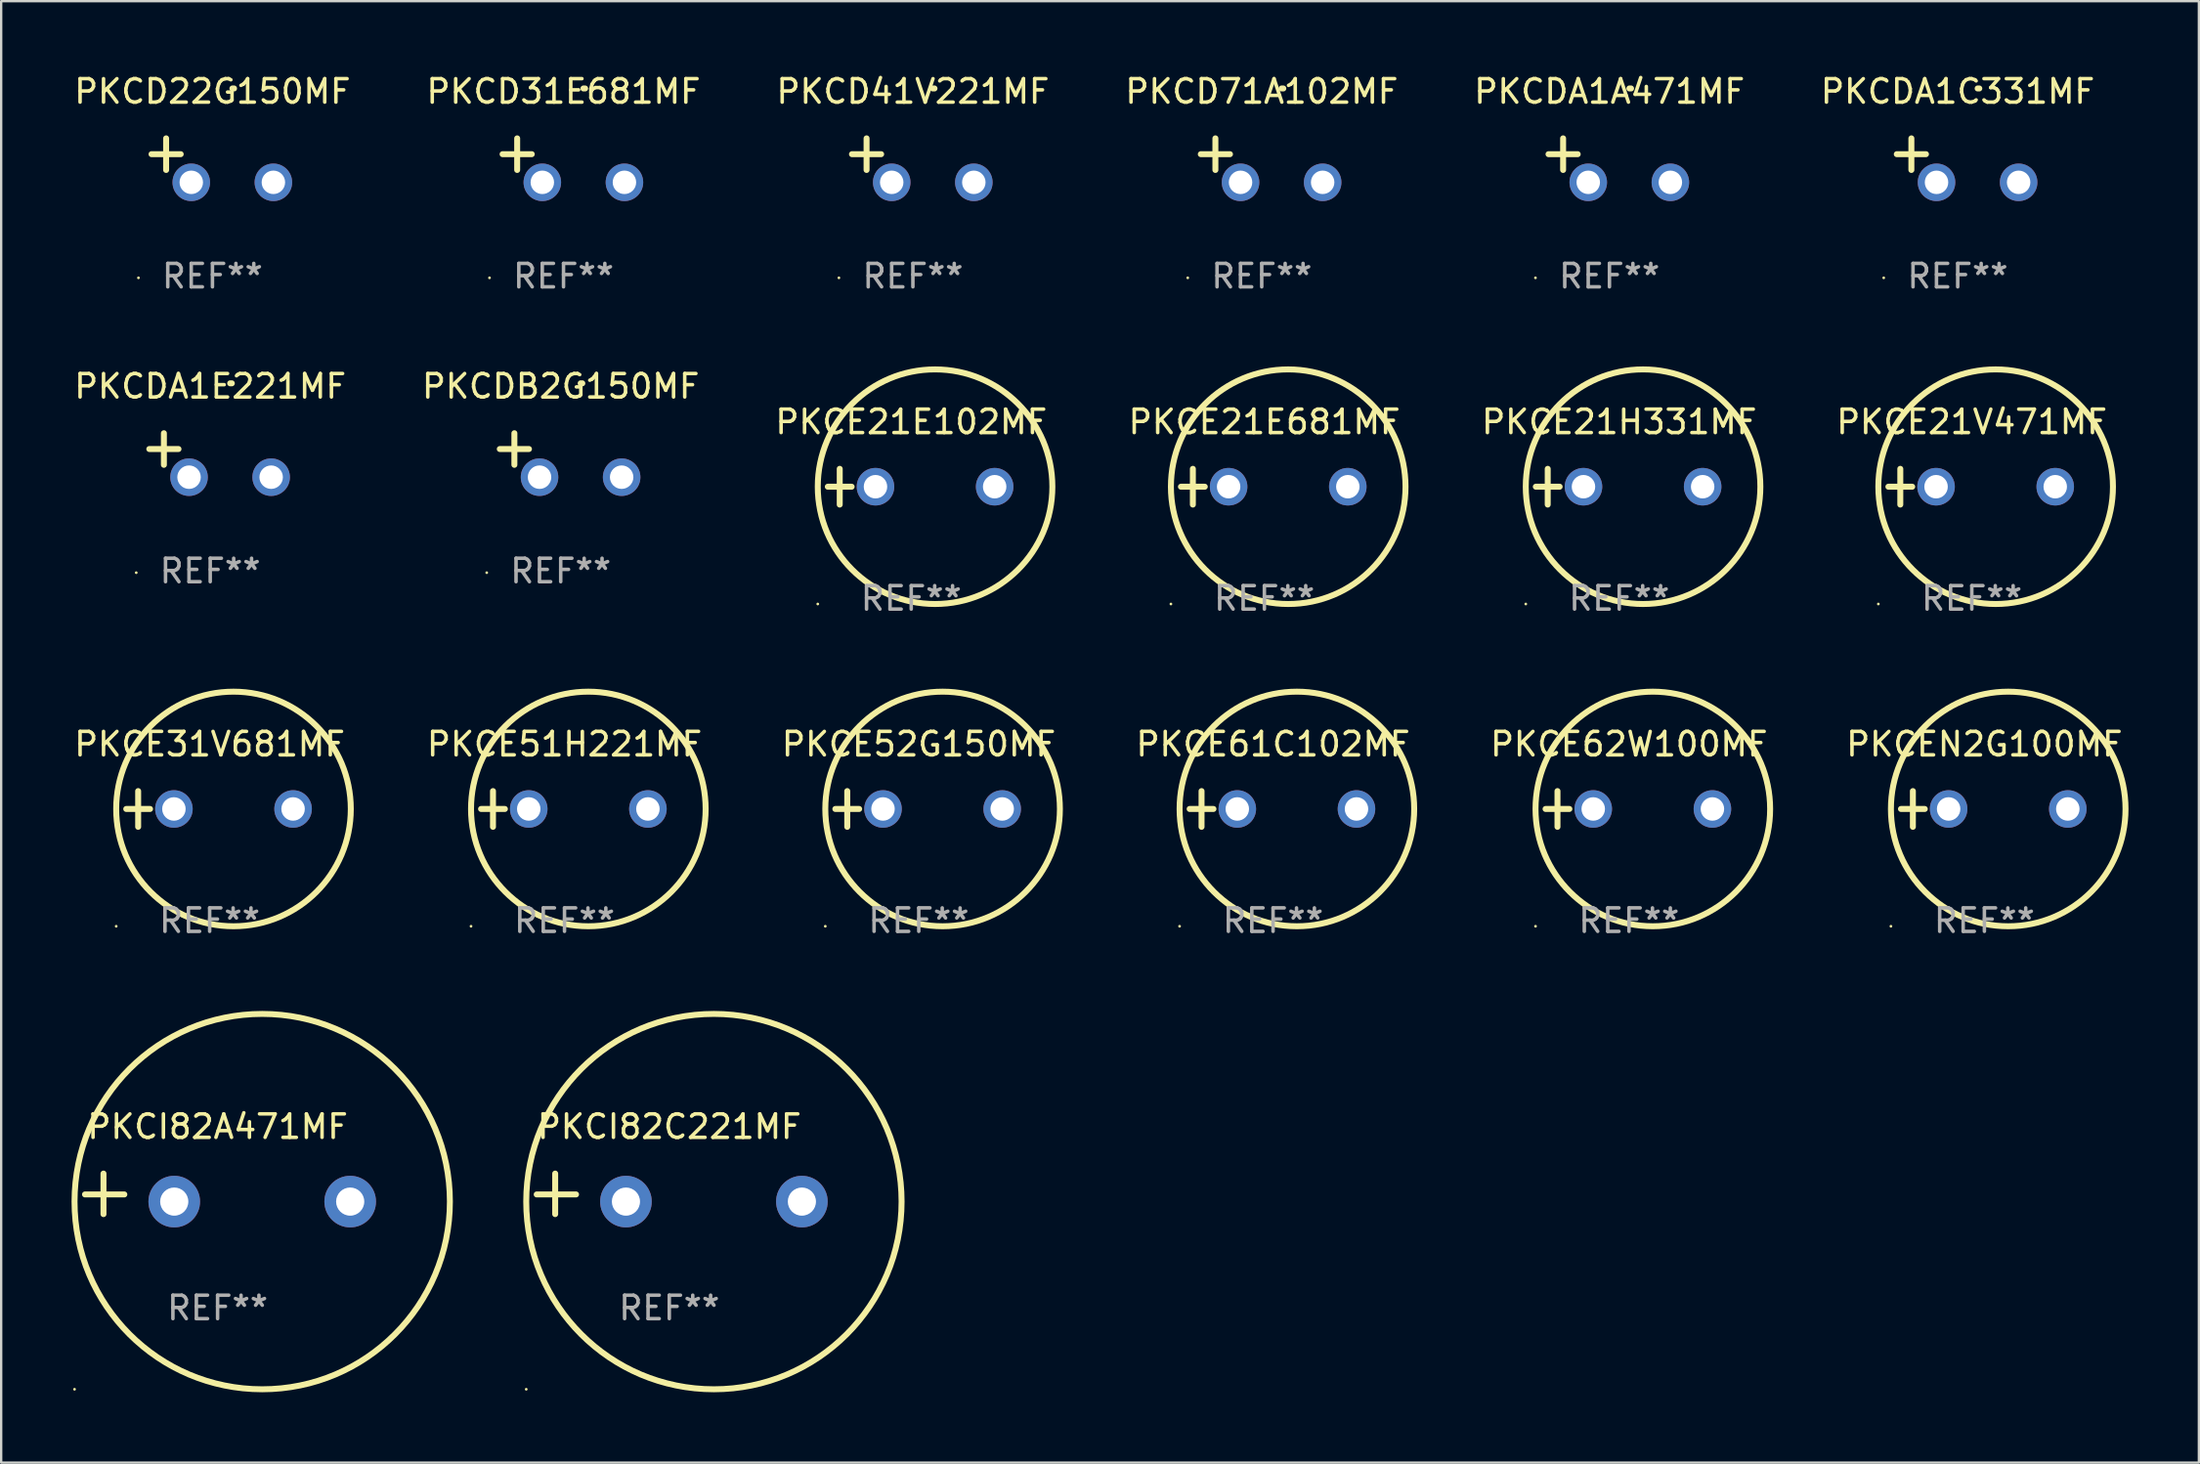
<source format=kicad_pcb>
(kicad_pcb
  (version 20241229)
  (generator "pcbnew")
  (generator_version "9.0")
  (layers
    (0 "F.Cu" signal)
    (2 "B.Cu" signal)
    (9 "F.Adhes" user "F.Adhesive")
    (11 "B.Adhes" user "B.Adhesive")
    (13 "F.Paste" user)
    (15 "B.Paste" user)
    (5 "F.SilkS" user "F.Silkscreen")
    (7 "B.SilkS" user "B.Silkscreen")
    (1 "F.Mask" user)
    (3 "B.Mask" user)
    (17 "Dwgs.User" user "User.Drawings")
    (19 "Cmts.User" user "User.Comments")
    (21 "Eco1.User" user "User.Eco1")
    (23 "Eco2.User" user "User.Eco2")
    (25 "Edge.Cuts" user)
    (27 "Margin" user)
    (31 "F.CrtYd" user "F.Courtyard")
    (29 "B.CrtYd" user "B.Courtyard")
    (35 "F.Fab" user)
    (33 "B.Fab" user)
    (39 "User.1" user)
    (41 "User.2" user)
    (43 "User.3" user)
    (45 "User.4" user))
  (footprint "PKCE21E681MF"
    (layer "F.Cu")
    (at 50.845 17.697)
    (property "Reference" "PKCE21E681MF" (at 0 -2.762 0) (layer "F.SilkS") (effects (font (size 1 1) (thickness 0.15))))
    (attr through_hole)
    (fp_line (start -3.556 0) (end -2.54 0) (stroke (width 0.254) (type solid)) (layer "F.SilkS"))
    (fp_line (start -3.048 -0.762) (end -3.048 0.762) (stroke (width 0.254) (type solid)) (layer "F.SilkS"))
    (fp_circle (center -3.984 5) (end -3.954 5) (stroke (width 0.06) (type solid)) (fill no) (layer "F.SilkS"))
    (fp_circle (center 1.016 0) (end 6.016 0) (stroke (width 0.254) (type solid)) (fill no) (layer "F.SilkS"))
    (fp_text user "REF**" (at 0 4.762 0) (layer "F.Fab") (effects (font (size 1 1) (thickness 0.15))))
    (pad "1" thru_hole circle (at -1.524 0) (size 1.6 1.6) (drill 1) (layers "*.Cu" "*.Mask"))
    (pad "2" thru_hole circle (at 3.556 0) (size 1.6 1.6) (drill 1) (layers "*.Cu" "*.Mask")))
  (footprint "PKCE21V471MF"
    (layer "F.Cu")
    (at 81 17.697)
    (property "Reference" "PKCE21V471MF" (at 0 -2.762 0) (layer "F.SilkS") (effects (font (size 1 1) (thickness 0.15))))
    (attr through_hole)
    (fp_line (start -3.556 0) (end -2.54 0) (stroke (width 0.254) (type solid)) (layer "F.SilkS"))
    (fp_line (start -3.048 -0.762) (end -3.048 0.762) (stroke (width 0.254) (type solid)) (layer "F.SilkS"))
    (fp_circle (center -3.984 5) (end -3.954 5) (stroke (width 0.06) (type solid)) (fill no) (layer "F.SilkS"))
    (fp_circle (center 1.016 0) (end 6.016 0) (stroke (width 0.254) (type solid)) (fill no) (layer "F.SilkS"))
    (fp_text user "REF**" (at 0 4.762 0) (layer "F.Fab") (effects (font (size 1 1) (thickness 0.15))))
    (pad "1" thru_hole circle (at -1.524 0) (size 1.6 1.6) (drill 1) (layers "*.Cu" "*.Mask"))
    (pad "2" thru_hole circle (at 3.556 0) (size 1.6 1.6) (drill 1) (layers "*.Cu" "*.Mask")))
  (footprint "PKCE51H221MF"
    (layer "F.Cu")
    (at 21.012 31.434)
    (property "Reference" "PKCE51H221MF" (at 0 -2.762 0) (layer "F.SilkS") (effects (font (size 1 1) (thickness 0.15))))
    (attr through_hole)
    (fp_line (start -3.556 0) (end -2.54 0) (stroke (width 0.254) (type solid)) (layer "F.SilkS"))
    (fp_line (start -3.048 -0.762) (end -3.048 0.762) (stroke (width 0.254) (type solid)) (layer "F.SilkS"))
    (fp_circle (center -3.984 5) (end -3.954 5) (stroke (width 0.06) (type solid)) (fill no) (layer "F.SilkS"))
    (fp_circle (center 1.016 0) (end 6.016 0) (stroke (width 0.254) (type solid)) (fill no) (layer "F.SilkS"))
    (fp_text user "REF**" (at 0 4.762 0) (layer "F.Fab") (effects (font (size 1 1) (thickness 0.15))))
    (pad "1" thru_hole circle (at -1.524 0) (size 1.6 1.6) (drill 1) (layers "*.Cu" "*.Mask"))
    (pad "2" thru_hole circle (at 3.556 0) (size 1.6 1.6) (drill 1) (layers "*.Cu" "*.Mask")))
  (footprint "PKCE62W100MF"
    (layer "F.Cu")
    (at 66.387 31.434)
    (property "Reference" "PKCE62W100MF" (at 0 -2.762 0) (layer "F.SilkS") (effects (font (size 1 1) (thickness 0.15))))
    (attr through_hole)
    (fp_line (start -3.556 0) (end -2.54 0) (stroke (width 0.254) (type solid)) (layer "F.SilkS"))
    (fp_line (start -3.048 -0.762) (end -3.048 0.762) (stroke (width 0.254) (type solid)) (layer "F.SilkS"))
    (fp_circle (center -3.984 5) (end -3.954 5) (stroke (width 0.06) (type solid)) (fill no) (layer "F.SilkS"))
    (fp_circle (center 1.016 0) (end 6.016 0) (stroke (width 0.254) (type solid)) (fill no) (layer "F.SilkS"))
    (fp_text user "REF**" (at 0 4.762 0) (layer "F.Fab") (effects (font (size 1 1) (thickness 0.15))))
    (pad "1" thru_hole circle (at -1.524 0) (size 1.6 1.6) (drill 1) (layers "*.Cu" "*.Mask"))
    (pad "2" thru_hole circle (at 3.556 0) (size 1.6 1.6) (drill 1) (layers "*.Cu" "*.Mask")))
  (footprint "PKCI82C221MF"
    (layer "F.Cu")
    (at 25.479 47.841)
    (property "Reference" "PKCI82C221MF" (at 0 -2.864 0) (layer "F.SilkS") (effects (font (size 1 1) (thickness 0.15))))
    (attr through_hole)
    (fp_line (start -4.864 0.864) (end -4.864 -0.864) (stroke (width 0.254) (type solid)) (layer "F.SilkS"))
    (fp_line (start -3.975 0.025) (end -5.652 0.025) (stroke (width 0.254) (type solid)) (layer "F.SilkS"))
    (fp_circle (center -6.098 8.33) (end -6.068 8.33) (stroke (width 0.06) (type solid)) (fill no) (layer "F.SilkS"))
    (fp_circle (center 1.902 0.33) (end 9.902 0.33) (stroke (width 0.254) (type solid)) (fill no) (layer "F.SilkS"))
    (fp_text user "REF**" (at 0 4.864 0) (layer "F.Fab") (effects (font (size 1 1) (thickness 0.15))))
    (pad "1" thru_hole circle (at -1.848 0.33) (size 2.2 2.2) (drill 1.2) (layers "*.Cu" "*.Mask"))
    (pad "2" thru_hole circle (at 5.652 0.33) (size 2.2 2.2) (drill 1.2) (layers "*.Cu" "*.Mask")))
  (footprint "PKCE31V681MF"
    (layer "F.Cu")
    (at 5.887 31.434)
    (property "Reference" "PKCE31V681MF" (at 0 -2.762 0) (layer "F.SilkS") (effects (font (size 1 1) (thickness 0.15))))
    (attr through_hole)
    (fp_line (start -3.556 0) (end -2.54 0) (stroke (width 0.254) (type solid)) (layer "F.SilkS"))
    (fp_line (start -3.048 -0.762) (end -3.048 0.762) (stroke (width 0.254) (type solid)) (layer "F.SilkS"))
    (fp_circle (center -3.984 5) (end -3.954 5) (stroke (width 0.06) (type solid)) (fill no) (layer "F.SilkS"))
    (fp_circle (center 1.016 0) (end 6.016 0) (stroke (width 0.254) (type solid)) (fill no) (layer "F.SilkS"))
    (fp_text user "REF**" (at 0 4.762 0) (layer "F.Fab") (effects (font (size 1 1) (thickness 0.15))))
    (pad "1" thru_hole circle (at -1.524 0) (size 1.6 1.6) (drill 1) (layers "*.Cu" "*.Mask"))
    (pad "2" thru_hole circle (at 3.556 0) (size 1.6 1.6) (drill 1) (layers "*.Cu" "*.Mask")))
  (footprint "PKCEN2G100MF"
    (layer "F.Cu")
    (at 81.536 31.434)
    (property "Reference" "PKCEN2G100MF" (at 0 -2.762 0) (layer "F.SilkS") (effects (font (size 1 1) (thickness 0.15))))
    (attr through_hole)
    (fp_line (start -3.556 0) (end -2.54 0) (stroke (width 0.254) (type solid)) (layer "F.SilkS"))
    (fp_line (start -3.048 -0.762) (end -3.048 0.762) (stroke (width 0.254) (type solid)) (layer "F.SilkS"))
    (fp_circle (center -3.984 5) (end -3.954 5) (stroke (width 0.06) (type solid)) (fill no) (layer "F.SilkS"))
    (fp_circle (center 1.016 0) (end 6.016 0) (stroke (width 0.254) (type solid)) (fill no) (layer "F.SilkS"))
    (fp_text user "REF**" (at 0 4.762 0) (layer "F.Fab") (effects (font (size 1 1) (thickness 0.15))))
    (pad "1" thru_hole circle (at -1.524 0) (size 1.6 1.6) (drill 1) (layers "*.Cu" "*.Mask"))
    (pad "2" thru_hole circle (at 3.556 0) (size 1.6 1.6) (drill 1) (layers "*.Cu" "*.Mask")))
  (footprint "PKCI82A471MF"
    (layer "F.Cu")
    (at 6.225 47.841)
    (property "Reference" "PKCI82A471MF" (at 0 -2.864 0) (layer "F.SilkS") (effects (font (size 1 1) (thickness 0.15))))
    (attr through_hole)
    (fp_line (start -4.864 0.864) (end -4.864 -0.864) (stroke (width 0.254) (type solid)) (layer "F.SilkS"))
    (fp_line (start -3.975 0.025) (end -5.652 0.025) (stroke (width 0.254) (type solid)) (layer "F.SilkS"))
    (fp_circle (center -6.098 8.33) (end -6.068 8.33) (stroke (width 0.06) (type solid)) (fill no) (layer "F.SilkS"))
    (fp_circle (center 1.902 0.33) (end 9.902 0.33) (stroke (width 0.254) (type solid)) (fill no) (layer "F.SilkS"))
    (fp_text user "REF**" (at 0 4.864 0) (layer "F.Fab") (effects (font (size 1 1) (thickness 0.15))))
    (pad "1" thru_hole circle (at -1.848 0.33) (size 2.2 2.2) (drill 1.2) (layers "*.Cu" "*.Mask"))
    (pad "2" thru_hole circle (at 5.652 0.33) (size 2.2 2.2) (drill 1.2) (layers "*.Cu" "*.Mask")))
  (footprint "PKCDA1C331MF"
    (layer "F.Cu")
    (at 80.399 3.785)
    (property "Reference" "PKCDA1C331MF" (at 0 -2.937 0) (layer "F.SilkS") (effects (font (size 1 1) (thickness 0.15))))
    (attr through_hole)
    (fp_line (start -1.975 0.41) (end -1.975 -0.937) (stroke (width 0.254) (type solid)) (layer "F.SilkS"))
    (fp_line (start -1.353 -0.263) (end -2.597 -0.263) (stroke (width 0.254) (type solid)) (layer "F.SilkS"))
    (fp_arc (start 0.849809 -3.063957) (mid 0.885369 -3.064114) (end 0.920929 -3.063957) (stroke (width 0.254001) (type solid)) (layer "F.SilkS"))
    (fp_circle (center -3.154 5.008) (end -3.124 5.008) (stroke (width 0.06) (type solid)) (fill no) (layer "F.SilkS"))
    (fp_text user "REF**" (at 0 4.937 0) (layer "F.Fab") (effects (font (size 1 1) (thickness 0.15))))
    (pad "1" thru_hole circle (at -0.903 0.937) (size 1.6 1.6) (drill 1) (layers "*.Cu" "*.Mask"))
    (pad "2" thru_hole circle (at 2.597 0.937) (size 1.6 1.6) (drill 1) (layers "*.Cu" "*.Mask")))
  (footprint "PKCD31E681MF"
    (layer "F.Cu")
    (at 20.97 3.785)
    (property "Reference" "PKCD31E681MF" (at 0 -2.937 0) (layer "F.SilkS") (effects (font (size 1 1) (thickness 0.15))))
    (attr through_hole)
    (fp_line (start -1.975 0.41) (end -1.975 -0.937) (stroke (width 0.254) (type solid)) (layer "F.SilkS"))
    (fp_line (start -1.353 -0.263) (end -2.597 -0.263) (stroke (width 0.254) (type solid)) (layer "F.SilkS"))
    (fp_arc (start 0.849809 -3.063957) (mid 0.885369 -3.064114) (end 0.920929 -3.063957) (stroke (width 0.254001) (type solid)) (layer "F.SilkS"))
    (fp_circle (center -3.154 5.008) (end -3.124 5.008) (stroke (width 0.06) (type solid)) (fill no) (layer "F.SilkS"))
    (fp_text user "REF**" (at 0 4.937 0) (layer "F.Fab") (effects (font (size 1 1) (thickness 0.15))))
    (pad "1" thru_hole circle (at -0.903 0.937) (size 1.6 1.6) (drill 1) (layers "*.Cu" "*.Mask"))
    (pad "2" thru_hole circle (at 2.597 0.937) (size 1.6 1.6) (drill 1) (layers "*.Cu" "*.Mask")))
  (footprint "PKCE21E102MF"
    (layer "F.Cu")
    (at 35.792 17.697)
    (property "Reference" "PKCE21E102MF" (at 0 -2.762 0) (layer "F.SilkS") (effects (font (size 1 1) (thickness 0.15))))
    (attr through_hole)
    (fp_line (start -3.556 0) (end -2.54 0) (stroke (width 0.254) (type solid)) (layer "F.SilkS"))
    (fp_line (start -3.048 -0.762) (end -3.048 0.762) (stroke (width 0.254) (type solid)) (layer "F.SilkS"))
    (fp_circle (center -3.984 5) (end -3.954 5) (stroke (width 0.06) (type solid)) (fill no) (layer "F.SilkS"))
    (fp_circle (center 1.016 0) (end 6.016 0) (stroke (width 0.254) (type solid)) (fill no) (layer "F.SilkS"))
    (fp_text user "REF**" (at 0 4.762 0) (layer "F.Fab") (effects (font (size 1 1) (thickness 0.15))))
    (pad "1" thru_hole circle (at -1.524 0) (size 1.6 1.6) (drill 1) (layers "*.Cu" "*.Mask"))
    (pad "2" thru_hole circle (at 3.556 0) (size 1.6 1.6) (drill 1) (layers "*.Cu" "*.Mask")))
  (footprint "PKCE61C102MF"
    (layer "F.Cu")
    (at 51.215 31.434)
    (property "Reference" "PKCE61C102MF" (at 0 -2.762 0) (layer "F.SilkS") (effects (font (size 1 1) (thickness 0.15))))
    (attr through_hole)
    (fp_line (start -3.556 0) (end -2.54 0) (stroke (width 0.254) (type solid)) (layer "F.SilkS"))
    (fp_line (start -3.048 -0.762) (end -3.048 0.762) (stroke (width 0.254) (type solid)) (layer "F.SilkS"))
    (fp_circle (center -3.984 5) (end -3.954 5) (stroke (width 0.06) (type solid)) (fill no) (layer "F.SilkS"))
    (fp_circle (center 1.016 0) (end 6.016 0) (stroke (width 0.254) (type solid)) (fill no) (layer "F.SilkS"))
    (fp_text user "REF**" (at 0 4.762 0) (layer "F.Fab") (effects (font (size 1 1) (thickness 0.15))))
    (pad "1" thru_hole circle (at -1.524 0) (size 1.6 1.6) (drill 1) (layers "*.Cu" "*.Mask"))
    (pad "2" thru_hole circle (at 3.556 0) (size 1.6 1.6) (drill 1) (layers "*.Cu" "*.Mask")))
  (footprint "PKCDA1A471MF"
    (layer "F.Cu")
    (at 65.554 3.785)
    (property "Reference" "PKCDA1A471MF" (at 0 -2.937 0) (layer "F.SilkS") (effects (font (size 1 1) (thickness 0.15))))
    (attr through_hole)
    (fp_line (start -1.975 0.41) (end -1.975 -0.937) (stroke (width 0.254) (type solid)) (layer "F.SilkS"))
    (fp_line (start -1.353 -0.263) (end -2.597 -0.263) (stroke (width 0.254) (type solid)) (layer "F.SilkS"))
    (fp_arc (start 0.849809 -3.063957) (mid 0.885369 -3.064114) (end 0.920929 -3.063957) (stroke (width 0.254001) (type solid)) (layer "F.SilkS"))
    (fp_circle (center -3.154 5.008) (end -3.124 5.008) (stroke (width 0.06) (type solid)) (fill no) (layer "F.SilkS"))
    (fp_text user "REF**" (at 0 4.937 0) (layer "F.Fab") (effects (font (size 1 1) (thickness 0.15))))
    (pad "1" thru_hole circle (at -0.903 0.937) (size 1.6 1.6) (drill 1) (layers "*.Cu" "*.Mask"))
    (pad "2" thru_hole circle (at 2.597 0.937) (size 1.6 1.6) (drill 1) (layers "*.Cu" "*.Mask")))
  (footprint "PKCD22G150MF"
    (layer "F.Cu")
    (at 6.006 3.785)
    (property "Reference" "PKCD22G150MF" (at 0 -2.937 0) (layer "F.SilkS") (effects (font (size 1 1) (thickness 0.15))))
    (attr through_hole)
    (fp_line (start -1.975 0.41) (end -1.975 -0.937) (stroke (width 0.254) (type solid)) (layer "F.SilkS"))
    (fp_line (start -1.353 -0.263) (end -2.597 -0.263) (stroke (width 0.254) (type solid)) (layer "F.SilkS"))
    (fp_arc (start 0.849809 -3.063957) (mid 0.885369 -3.064114) (end 0.920929 -3.063957) (stroke (width 0.254001) (type solid)) (layer "F.SilkS"))
    (fp_circle (center -3.154 5.008) (end -3.124 5.008) (stroke (width 0.06) (type solid)) (fill no) (layer "F.SilkS"))
    (fp_text user "REF**" (at 0 4.937 0) (layer "F.Fab") (effects (font (size 1 1) (thickness 0.15))))
    (pad "1" thru_hole circle (at -0.903 0.937) (size 1.6 1.6) (drill 1) (layers "*.Cu" "*.Mask"))
    (pad "2" thru_hole circle (at 2.597 0.937) (size 1.6 1.6) (drill 1) (layers "*.Cu" "*.Mask")))
  (footprint "PKCD71A102MF"
    (layer "F.Cu")
    (at 50.732 3.785)
    (property "Reference" "PKCD71A102MF" (at 0 -2.937 0) (layer "F.SilkS") (effects (font (size 1 1) (thickness 0.15))))
    (attr through_hole)
    (fp_line (start -1.975 0.41) (end -1.975 -0.937) (stroke (width 0.254) (type solid)) (layer "F.SilkS"))
    (fp_line (start -1.353 -0.263) (end -2.597 -0.263) (stroke (width 0.254) (type solid)) (layer "F.SilkS"))
    (fp_arc (start 0.849809 -3.063957) (mid 0.885369 -3.064114) (end 0.920929 -3.063957) (stroke (width 0.254001) (type solid)) (layer "F.SilkS"))
    (fp_circle (center -3.154 5.008) (end -3.124 5.008) (stroke (width 0.06) (type solid)) (fill no) (layer "F.SilkS"))
    (fp_text user "REF**" (at 0 4.937 0) (layer "F.Fab") (effects (font (size 1 1) (thickness 0.15))))
    (pad "1" thru_hole circle (at -0.903 0.937) (size 1.6 1.6) (drill 1) (layers "*.Cu" "*.Mask"))
    (pad "2" thru_hole circle (at 2.597 0.937) (size 1.6 1.6) (drill 1) (layers "*.Cu" "*.Mask")))
  (footprint "PKCE21H331MF"
    (layer "F.Cu")
    (at 65.971 17.697)
    (property "Reference" "PKCE21H331MF" (at 0 -2.762 0) (layer "F.SilkS") (effects (font (size 1 1) (thickness 0.15))))
    (attr through_hole)
    (fp_line (start -3.556 0) (end -2.54 0) (stroke (width 0.254) (type solid)) (layer "F.SilkS"))
    (fp_line (start -3.048 -0.762) (end -3.048 0.762) (stroke (width 0.254) (type solid)) (layer "F.SilkS"))
    (fp_circle (center -3.984 5) (end -3.954 5) (stroke (width 0.06) (type solid)) (fill no) (layer "F.SilkS"))
    (fp_circle (center 1.016 0) (end 6.016 0) (stroke (width 0.254) (type solid)) (fill no) (layer "F.SilkS"))
    (fp_text user "REF**" (at 0 4.762 0) (layer "F.Fab") (effects (font (size 1 1) (thickness 0.15))))
    (pad "1" thru_hole circle (at -1.524 0) (size 1.6 1.6) (drill 1) (layers "*.Cu" "*.Mask"))
    (pad "2" thru_hole circle (at 3.556 0) (size 1.6 1.6) (drill 1) (layers "*.Cu" "*.Mask")))
  (footprint "PKCDA1E221MF"
    (layer "F.Cu")
    (at 5.911 16.354)
    (property "Reference" "PKCDA1E221MF" (at 0 -2.937 0) (layer "F.SilkS") (effects (font (size 1 1) (thickness 0.15))))
    (attr through_hole)
    (fp_line (start -1.975 0.41) (end -1.975 -0.937) (stroke (width 0.254) (type solid)) (layer "F.SilkS"))
    (fp_line (start -1.353 -0.263) (end -2.597 -0.263) (stroke (width 0.254) (type solid)) (layer "F.SilkS"))
    (fp_arc (start 0.849809 -3.063957) (mid 0.885369 -3.064114) (end 0.920929 -3.063957) (stroke (width 0.254001) (type solid)) (layer "F.SilkS"))
    (fp_circle (center -3.154 5.008) (end -3.124 5.008) (stroke (width 0.06) (type solid)) (fill no) (layer "F.SilkS"))
    (fp_text user "REF**" (at 0 4.937 0) (layer "F.Fab") (effects (font (size 1 1) (thickness 0.15))))
    (pad "1" thru_hole circle (at -0.903 0.937) (size 1.6 1.6) (drill 1) (layers "*.Cu" "*.Mask"))
    (pad "2" thru_hole circle (at 2.597 0.937) (size 1.6 1.6) (drill 1) (layers "*.Cu" "*.Mask")))
  (footprint "PKCE52G150MF"
    (layer "F.Cu")
    (at 36.113 31.434)
    (property "Reference" "PKCE52G150MF" (at 0 -2.762 0) (layer "F.SilkS") (effects (font (size 1 1) (thickness 0.15))))
    (attr through_hole)
    (fp_line (start -3.556 0) (end -2.54 0) (stroke (width 0.254) (type solid)) (layer "F.SilkS"))
    (fp_line (start -3.048 -0.762) (end -3.048 0.762) (stroke (width 0.254) (type solid)) (layer "F.SilkS"))
    (fp_circle (center -3.984 5) (end -3.954 5) (stroke (width 0.06) (type solid)) (fill no) (layer "F.SilkS"))
    (fp_circle (center 1.016 0) (end 6.016 0) (stroke (width 0.254) (type solid)) (fill no) (layer "F.SilkS"))
    (fp_text user "REF**" (at 0 4.762 0) (layer "F.Fab") (effects (font (size 1 1) (thickness 0.15))))
    (pad "1" thru_hole circle (at -1.524 0) (size 1.6 1.6) (drill 1) (layers "*.Cu" "*.Mask"))
    (pad "2" thru_hole circle (at 3.556 0) (size 1.6 1.6) (drill 1) (layers "*.Cu" "*.Mask")))
  (footprint "PKCDB2G150MF"
    (layer "F.Cu")
    (at 20.851 16.354)
    (property "Reference" "PKCDB2G150MF" (at 0 -2.937 0) (layer "F.SilkS") (effects (font (size 1 1) (thickness 0.15))))
    (attr through_hole)
    (fp_line (start -1.975 0.41) (end -1.975 -0.937) (stroke (width 0.254) (type solid)) (layer "F.SilkS"))
    (fp_line (start -1.353 -0.263) (end -2.597 -0.263) (stroke (width 0.254) (type solid)) (layer "F.SilkS"))
    (fp_arc (start 0.849809 -3.063957) (mid 0.885369 -3.064114) (end 0.920929 -3.063957) (stroke (width 0.254001) (type solid)) (layer "F.SilkS"))
    (fp_circle (center -3.154 5.008) (end -3.124 5.008) (stroke (width 0.06) (type solid)) (fill no) (layer "F.SilkS"))
    (fp_text user "REF**" (at 0 4.937 0) (layer "F.Fab") (effects (font (size 1 1) (thickness 0.15))))
    (pad "1" thru_hole circle (at -0.903 0.937) (size 1.6 1.6) (drill 1) (layers "*.Cu" "*.Mask"))
    (pad "2" thru_hole circle (at 2.597 0.937) (size 1.6 1.6) (drill 1) (layers "*.Cu" "*.Mask")))
  (footprint "PKCD41V221MF"
    (layer "F.Cu")
    (at 35.863 3.785)
    (property "Reference" "PKCD41V221MF" (at 0 -2.937 0) (layer "F.SilkS") (effects (font (size 1 1) (thickness 0.15))))
    (attr through_hole)
    (fp_line (start -1.975 0.41) (end -1.975 -0.937) (stroke (width 0.254) (type solid)) (layer "F.SilkS"))
    (fp_line (start -1.353 -0.263) (end -2.597 -0.263) (stroke (width 0.254) (type solid)) (layer "F.SilkS"))
    (fp_arc (start 0.849809 -3.063957) (mid 0.885369 -3.064114) (end 0.920929 -3.063957) (stroke (width 0.254001) (type solid)) (layer "F.SilkS"))
    (fp_circle (center -3.154 5.008) (end -3.124 5.008) (stroke (width 0.06) (type solid)) (fill no) (layer "F.SilkS"))
    (fp_text user "REF**" (at 0 4.937 0) (layer "F.Fab") (effects (font (size 1 1) (thickness 0.15))))
    (pad "1" thru_hole circle (at -0.903 0.937) (size 1.6 1.6) (drill 1) (layers "*.Cu" "*.Mask"))
    (pad "2" thru_hole circle (at 2.597 0.937) (size 1.6 1.6) (drill 1) (layers "*.Cu" "*.Mask")))
  (gr_rect
    (start -3 -3)
    (end 90.679 59.298)
    (stroke (width 0.1) (type default))
    (fill no)
    (layer "Edge.Cuts")))
</source>
